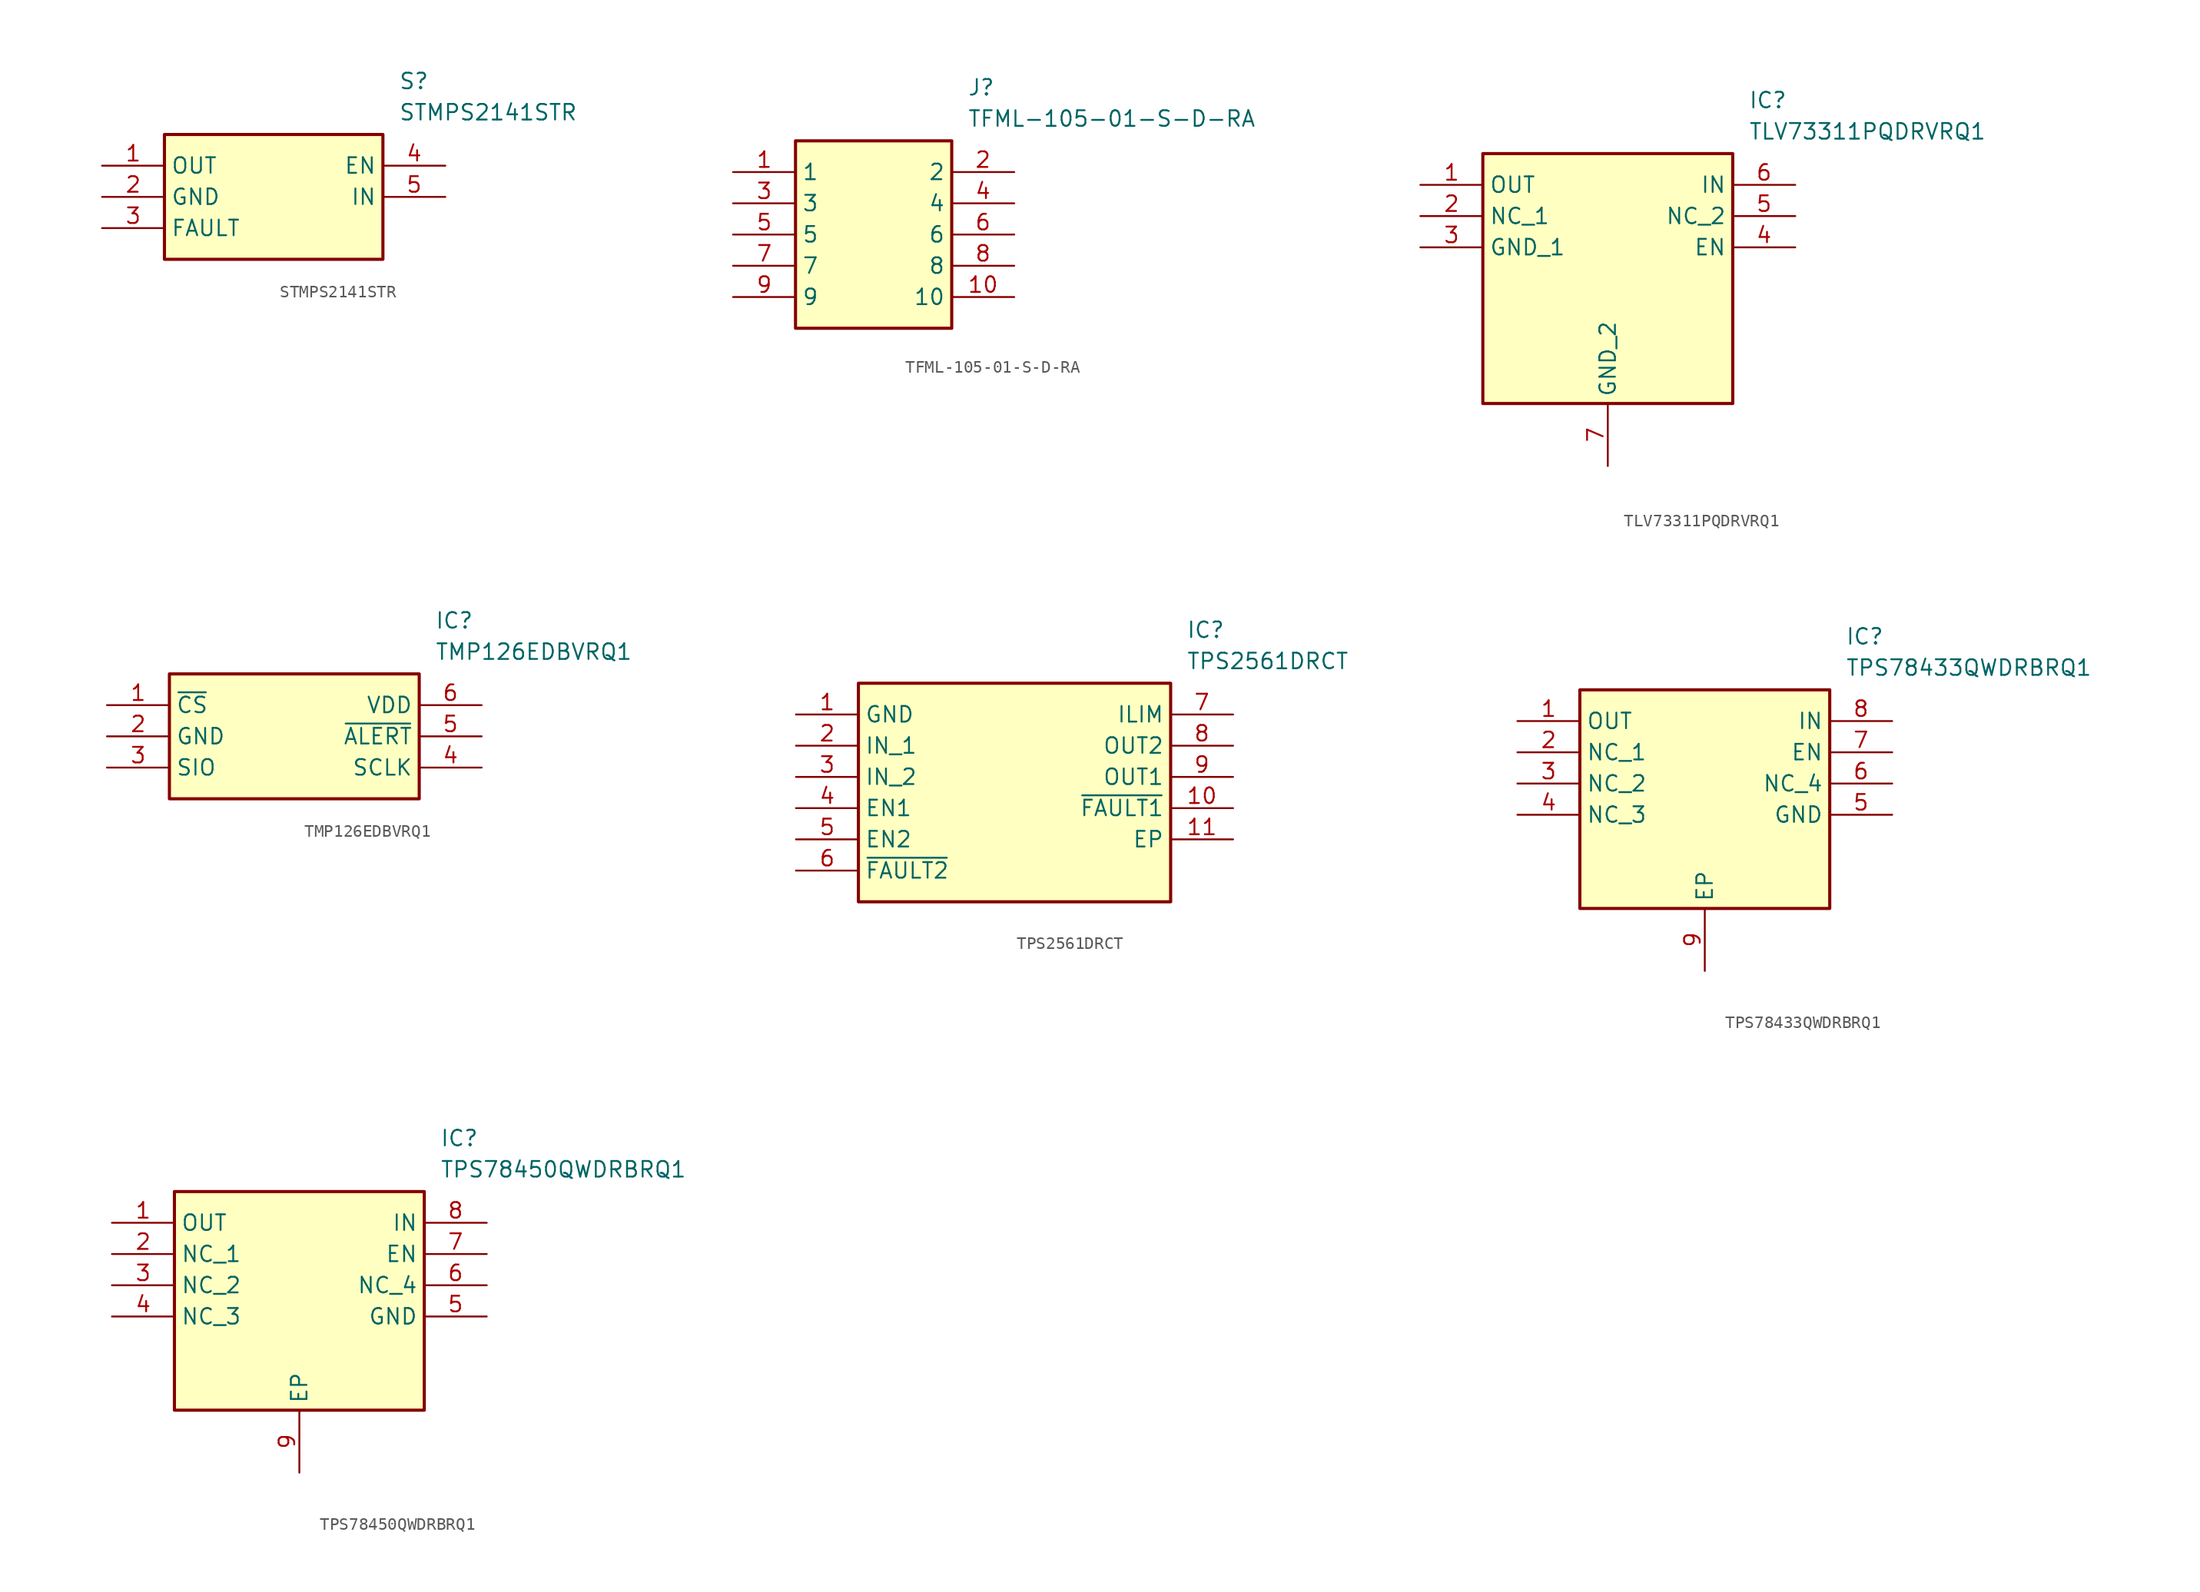
<source format=kicad_sym>
(kicad_symbol_lib
  (version 20231120)
  (generator "kicad_symbol_editor")
  (generator_version "8.0")
  (symbol "STMPS2141STR"
    (property "Reference" "S"
      (at 24.13 7.62 0)
      (effects (font (size 1.27 1.27)) (justify left top)))
    (property "Value" "STMPS2141STR"
      (at 24.13 5.08 0)
      (effects (font (size 1.27 1.27)) (justify left top)))
    (symbol "STMPS2141STR_1_1"
      (rectangle (start 5.08 2.54) (end 22.86 -7.62) (stroke (width 0.254) (type default)) (fill (type background)))
      (pin passive line (at 0 0 0) (length 5.08) (name "OUT" (effects (font (size 1.27 1.27)))) (number "1" (effects (font (size 1.27 1.27)))))
      (pin passive line (at 0 -2.54 0) (length 5.08) (name "GND" (effects (font (size 1.27 1.27)))) (number "2" (effects (font (size 1.27 1.27)))))
      (pin passive line (at 0 -5.08 0) (length 5.08) (name "FAULT" (effects (font (size 1.27 1.27)))) (number "3" (effects (font (size 1.27 1.27)))))
      (pin passive line (at 27.94 0 180) (length 5.08) (name "EN" (effects (font (size 1.27 1.27)))) (number "4" (effects (font (size 1.27 1.27)))))
      (pin passive line (at 27.94 -2.54 180) (length 5.08) (name "IN" (effects (font (size 1.27 1.27)))) (number "5" (effects (font (size 1.27 1.27)))))))
  (symbol "TFML-105-01-S-D-RA"
    (property "Reference" "J"
      (at 19.05 7.62 0)
      (effects (font (size 1.27 1.27)) (justify left top)))
    (property "Value" "TFML-105-01-S-D-RA"
      (at 19.05 5.08 0)
      (effects (font (size 1.27 1.27)) (justify left top)))
    (symbol "TFML-105-01-S-D-RA_1_1"
      (rectangle (start 5.08 2.54) (end 17.78 -12.7) (stroke (width 0.254) (type default)) (fill (type background)))
      (pin passive line (at 0 0 0) (length 5.08) (name "1" (effects (font (size 1.27 1.27)))) (number "1" (effects (font (size 1.27 1.27)))))
      (pin passive line (at 22.86 -10.16 180) (length 5.08) (name "10" (effects (font (size 1.27 1.27)))) (number "10" (effects (font (size 1.27 1.27)))))
      (pin passive line (at 22.86 0 180) (length 5.08) (name "2" (effects (font (size 1.27 1.27)))) (number "2" (effects (font (size 1.27 1.27)))))
      (pin passive line (at 0 -2.54 0) (length 5.08) (name "3" (effects (font (size 1.27 1.27)))) (number "3" (effects (font (size 1.27 1.27)))))
      (pin passive line (at 22.86 -2.54 180) (length 5.08) (name "4" (effects (font (size 1.27 1.27)))) (number "4" (effects (font (size 1.27 1.27)))))
      (pin passive line (at 0 -5.08 0) (length 5.08) (name "5" (effects (font (size 1.27 1.27)))) (number "5" (effects (font (size 1.27 1.27)))))
      (pin passive line (at 22.86 -5.08 180) (length 5.08) (name "6" (effects (font (size 1.27 1.27)))) (number "6" (effects (font (size 1.27 1.27)))))
      (pin passive line (at 0 -7.62 0) (length 5.08) (name "7" (effects (font (size 1.27 1.27)))) (number "7" (effects (font (size 1.27 1.27)))))
      (pin passive line (at 22.86 -7.62 180) (length 5.08) (name "8" (effects (font (size 1.27 1.27)))) (number "8" (effects (font (size 1.27 1.27)))))
      (pin passive line (at 0 -10.16 0) (length 5.08) (name "9" (effects (font (size 1.27 1.27)))) (number "9" (effects (font (size 1.27 1.27)))))))
  (symbol "TLV73311PQDRVRQ1"
    (property "Reference" "IC"
      (at 26.67 7.62 0)
      (effects (font (size 1.27 1.27)) (justify left top)))
    (property "Value" "TLV73311PQDRVRQ1"
      (at 26.67 5.08 0)
      (effects (font (size 1.27 1.27)) (justify left top)))
    (symbol "TLV73311PQDRVRQ1_1_1"
      (rectangle (start 5.08 2.54) (end 25.4 -17.78) (stroke (width 0.254) (type default)) (fill (type background)))
      (pin passive line (at 0 0 0) (length 5.08) (name "OUT" (effects (font (size 1.27 1.27)))) (number "1" (effects (font (size 1.27 1.27)))))
      (pin passive line (at 0 -2.54 0) (length 5.08) (name "NC_1" (effects (font (size 1.27 1.27)))) (number "2" (effects (font (size 1.27 1.27)))))
      (pin passive line (at 0 -5.08 0) (length 5.08) (name "GND_1" (effects (font (size 1.27 1.27)))) (number "3" (effects (font (size 1.27 1.27)))))
      (pin passive line (at 30.48 -5.08 180) (length 5.08) (name "EN" (effects (font (size 1.27 1.27)))) (number "4" (effects (font (size 1.27 1.27)))))
      (pin passive line (at 30.48 -2.54 180) (length 5.08) (name "NC_2" (effects (font (size 1.27 1.27)))) (number "5" (effects (font (size 1.27 1.27)))))
      (pin passive line (at 30.48 0 180) (length 5.08) (name "IN" (effects (font (size 1.27 1.27)))) (number "6" (effects (font (size 1.27 1.27)))))
      (pin passive line (at 15.24 -22.86 90) (length 5.08) (name "GND_2" (effects (font (size 1.27 1.27)))) (number "7" (effects (font (size 1.27 1.27)))))))
  (symbol "TMP126EDBVRQ1"
    (property "Reference" "IC"
      (at 26.67 7.62 0)
      (effects (font (size 1.27 1.27)) (justify left top)))
    (property "Value" "TMP126EDBVRQ1"
      (at 26.67 5.08 0)
      (effects (font (size 1.27 1.27)) (justify left top)))
    (symbol "TMP126EDBVRQ1_1_1"
      (rectangle (start 5.08 2.54) (end 25.4 -7.62) (stroke (width 0.254) (type default)) (fill (type background)))
      (pin passive line (at 0 0 0) (length 5.08) (name "~{CS}" (effects (font (size 1.27 1.27)))) (number "1" (effects (font (size 1.27 1.27)))))
      (pin passive line (at 0 -2.54 0) (length 5.08) (name "GND" (effects (font (size 1.27 1.27)))) (number "2" (effects (font (size 1.27 1.27)))))
      (pin passive line (at 0 -5.08 0) (length 5.08) (name "SIO" (effects (font (size 1.27 1.27)))) (number "3" (effects (font (size 1.27 1.27)))))
      (pin passive line (at 30.48 -5.08 180) (length 5.08) (name "SCLK" (effects (font (size 1.27 1.27)))) (number "4" (effects (font (size 1.27 1.27)))))
      (pin passive line (at 30.48 -2.54 180) (length 5.08) (name "~{ALERT}" (effects (font (size 1.27 1.27)))) (number "5" (effects (font (size 1.27 1.27)))))
      (pin passive line (at 30.48 0 180) (length 5.08) (name "VDD" (effects (font (size 1.27 1.27)))) (number "6" (effects (font (size 1.27 1.27)))))))
  (symbol "TPS2561DRCT"
    (property "Reference" "IC"
      (at 31.75 7.62 0)
      (effects (font (size 1.27 1.27)) (justify left top)))
    (property "Value" "TPS2561DRCT"
      (at 31.75 5.08 0)
      (effects (font (size 1.27 1.27)) (justify left top)))
    (symbol "TPS2561DRCT_1_1"
      (rectangle (start 5.08 2.54) (end 30.48 -15.24) (stroke (width 0.254) (type default)) (fill (type background)))
      (pin passive line (at 0 0 0) (length 5.08) (name "GND" (effects (font (size 1.27 1.27)))) (number "1" (effects (font (size 1.27 1.27)))))
      (pin passive line (at 35.56 -7.62 180) (length 5.08) (name "~{FAULT1}" (effects (font (size 1.27 1.27)))) (number "10" (effects (font (size 1.27 1.27)))))
      (pin passive line (at 35.56 -10.16 180) (length 5.08) (name "EP" (effects (font (size 1.27 1.27)))) (number "11" (effects (font (size 1.27 1.27)))))
      (pin input line (at 35.56 -10.16 180) (length 5.08) hide (name "" (effects (font (size 1.27 1.27)))) (number "12" (effects (font (size 1.27 1.27)))))
      (pin input line (at 35.56 -10.16 180) (length 5.08) hide (name "" (effects (font (size 1.27 1.27)))) (number "13" (effects (font (size 1.27 1.27)))))
      (pin input line (at 35.56 -10.16 180) (length 5.08) hide (name "" (effects (font (size 1.27 1.27)))) (number "14" (effects (font (size 1.27 1.27)))))
      (pin input line (at 35.56 -10.16 180) (length 5.08) hide (name "" (effects (font (size 1.27 1.27)))) (number "15" (effects (font (size 1.27 1.27)))))
      (pin power_in line (at 0 -2.54 0) (length 5.08) (name "IN_1" (effects (font (size 1.27 1.27)))) (number "2" (effects (font (size 1.27 1.27)))))
      (pin power_in line (at 0 -5.08 0) (length 5.08) (name "IN_2" (effects (font (size 1.27 1.27)))) (number "3" (effects (font (size 1.27 1.27)))))
      (pin passive line (at 0 -7.62 0) (length 5.08) (name "EN1" (effects (font (size 1.27 1.27)))) (number "4" (effects (font (size 1.27 1.27)))))
      (pin passive line (at 0 -10.16 0) (length 5.08) (name "EN2" (effects (font (size 1.27 1.27)))) (number "5" (effects (font (size 1.27 1.27)))))
      (pin passive line (at 0 -12.7 0) (length 5.08) (name "~{FAULT2}" (effects (font (size 1.27 1.27)))) (number "6" (effects (font (size 1.27 1.27)))))
      (pin passive line (at 35.56 0 180) (length 5.08) (name "ILIM" (effects (font (size 1.27 1.27)))) (number "7" (effects (font (size 1.27 1.27)))))
      (pin power_out line (at 35.56 -2.54 180) (length 5.08) (name "OUT2" (effects (font (size 1.27 1.27)))) (number "8" (effects (font (size 1.27 1.27)))))
      (pin power_out line (at 35.56 -5.08 180) (length 5.08) (name "OUT1" (effects (font (size 1.27 1.27)))) (number "9" (effects (font (size 1.27 1.27)))))))
  (symbol "TPS78433QWDRBRQ1"
    (property "Reference" "IC"
      (at 26.67 7.62 0)
      (effects (font (size 1.27 1.27)) (justify left top)))
    (property "Value" "TPS78433QWDRBRQ1"
      (at 26.67 5.08 0)
      (effects (font (size 1.27 1.27)) (justify left top)))
    (symbol "TPS78433QWDRBRQ1_1_1"
      (rectangle (start 5.08 2.54) (end 25.4 -15.24) (stroke (width 0.254) (type default)) (fill (type background)))
      (pin passive line (at 0 0 0) (length 5.08) (name "OUT" (effects (font (size 1.27 1.27)))) (number "1" (effects (font (size 1.27 1.27)))))
      (pin passive line (at 0 -2.54 0) (length 5.08) (name "NC_1" (effects (font (size 1.27 1.27)))) (number "2" (effects (font (size 1.27 1.27)))))
      (pin passive line (at 0 -5.08 0) (length 5.08) (name "NC_2" (effects (font (size 1.27 1.27)))) (number "3" (effects (font (size 1.27 1.27)))))
      (pin passive line (at 0 -7.62 0) (length 5.08) (name "NC_3" (effects (font (size 1.27 1.27)))) (number "4" (effects (font (size 1.27 1.27)))))
      (pin passive line (at 30.48 -7.62 180) (length 5.08) (name "GND" (effects (font (size 1.27 1.27)))) (number "5" (effects (font (size 1.27 1.27)))))
      (pin passive line (at 30.48 -5.08 180) (length 5.08) (name "NC_4" (effects (font (size 1.27 1.27)))) (number "6" (effects (font (size 1.27 1.27)))))
      (pin passive line (at 30.48 -2.54 180) (length 5.08) (name "EN" (effects (font (size 1.27 1.27)))) (number "7" (effects (font (size 1.27 1.27)))))
      (pin passive line (at 30.48 0 180) (length 5.08) (name "IN" (effects (font (size 1.27 1.27)))) (number "8" (effects (font (size 1.27 1.27)))))
      (pin passive line (at 15.24 -20.32 90) (length 5.08) (name "EP" (effects (font (size 1.27 1.27)))) (number "9" (effects (font (size 1.27 1.27)))))))
  (symbol "TPS78450QWDRBRQ1"
    (property "Reference" "IC"
      (at 26.67 7.62 0)
      (effects (font (size 1.27 1.27)) (justify left top)))
    (property "Value" "TPS78450QWDRBRQ1"
      (at 26.67 5.08 0)
      (effects (font (size 1.27 1.27)) (justify left top)))
    (symbol "TPS78450QWDRBRQ1_1_1"
      (rectangle (start 5.08 2.54) (end 25.4 -15.24) (stroke (width 0.254) (type default)) (fill (type background)))
      (pin passive line (at 0 0 0) (length 5.08) (name "OUT" (effects (font (size 1.27 1.27)))) (number "1" (effects (font (size 1.27 1.27)))))
      (pin passive line (at 0 -2.54 0) (length 5.08) (name "NC_1" (effects (font (size 1.27 1.27)))) (number "2" (effects (font (size 1.27 1.27)))))
      (pin passive line (at 0 -5.08 0) (length 5.08) (name "NC_2" (effects (font (size 1.27 1.27)))) (number "3" (effects (font (size 1.27 1.27)))))
      (pin passive line (at 0 -7.62 0) (length 5.08) (name "NC_3" (effects (font (size 1.27 1.27)))) (number "4" (effects (font (size 1.27 1.27)))))
      (pin passive line (at 30.48 -7.62 180) (length 5.08) (name "GND" (effects (font (size 1.27 1.27)))) (number "5" (effects (font (size 1.27 1.27)))))
      (pin passive line (at 30.48 -5.08 180) (length 5.08) (name "NC_4" (effects (font (size 1.27 1.27)))) (number "6" (effects (font (size 1.27 1.27)))))
      (pin passive line (at 30.48 -2.54 180) (length 5.08) (name "EN" (effects (font (size 1.27 1.27)))) (number "7" (effects (font (size 1.27 1.27)))))
      (pin passive line (at 30.48 0 180) (length 5.08) (name "IN" (effects (font (size 1.27 1.27)))) (number "8" (effects (font (size 1.27 1.27)))))
      (pin passive line (at 15.24 -20.32 90) (length 5.08) (name "EP" (effects (font (size 1.27 1.27)))) (number "9" (effects (font (size 1.27 1.27))))))))
</source>
